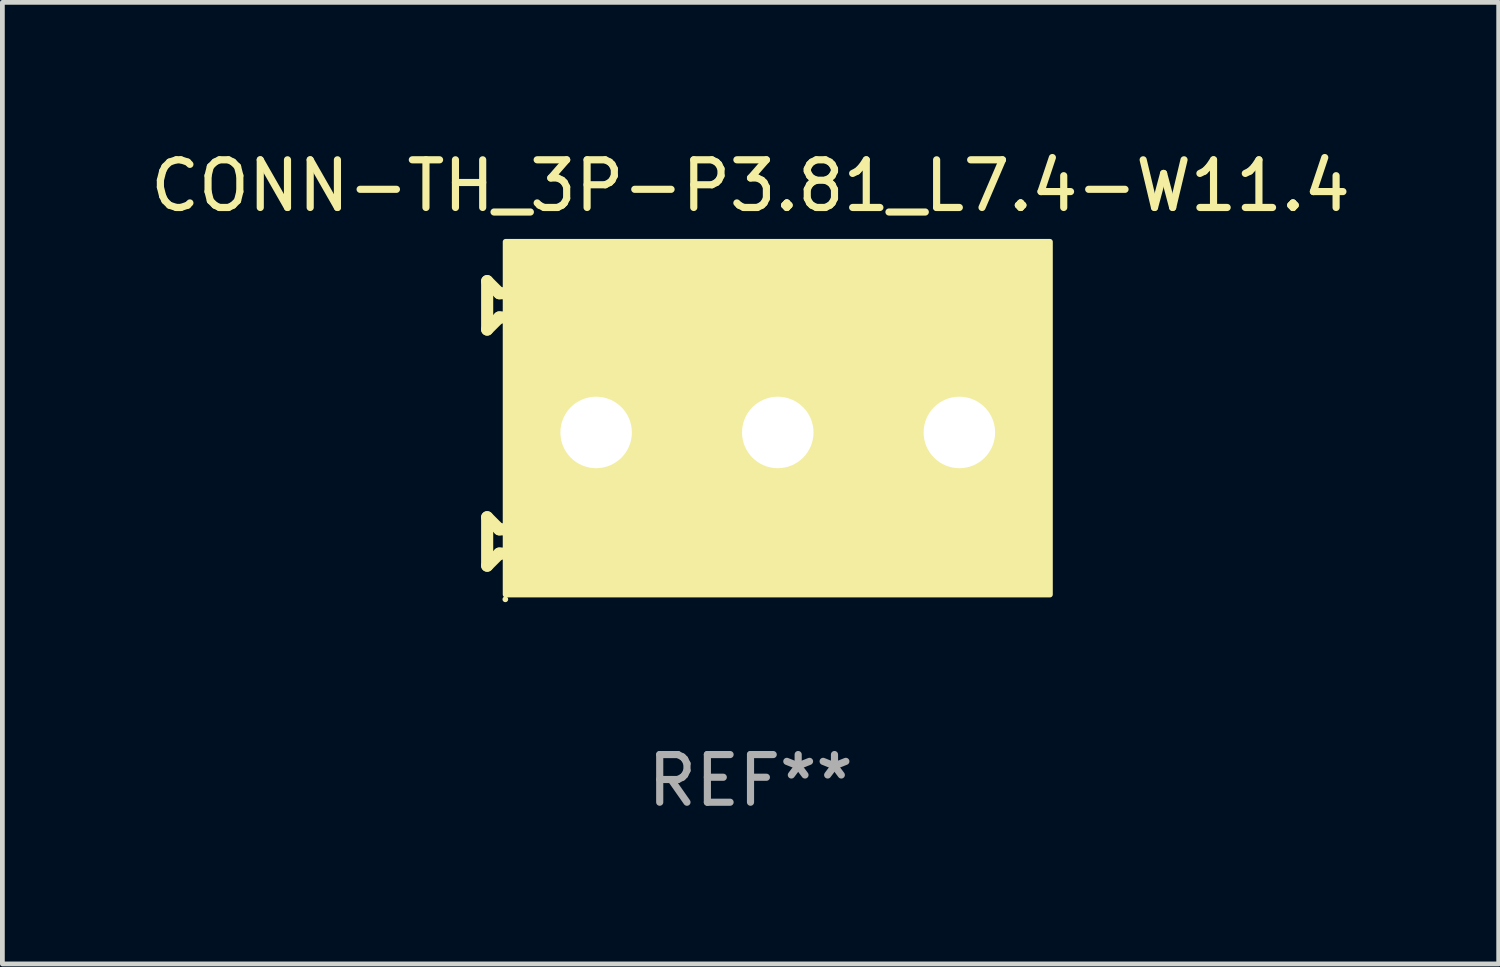
<source format=kicad_pcb>
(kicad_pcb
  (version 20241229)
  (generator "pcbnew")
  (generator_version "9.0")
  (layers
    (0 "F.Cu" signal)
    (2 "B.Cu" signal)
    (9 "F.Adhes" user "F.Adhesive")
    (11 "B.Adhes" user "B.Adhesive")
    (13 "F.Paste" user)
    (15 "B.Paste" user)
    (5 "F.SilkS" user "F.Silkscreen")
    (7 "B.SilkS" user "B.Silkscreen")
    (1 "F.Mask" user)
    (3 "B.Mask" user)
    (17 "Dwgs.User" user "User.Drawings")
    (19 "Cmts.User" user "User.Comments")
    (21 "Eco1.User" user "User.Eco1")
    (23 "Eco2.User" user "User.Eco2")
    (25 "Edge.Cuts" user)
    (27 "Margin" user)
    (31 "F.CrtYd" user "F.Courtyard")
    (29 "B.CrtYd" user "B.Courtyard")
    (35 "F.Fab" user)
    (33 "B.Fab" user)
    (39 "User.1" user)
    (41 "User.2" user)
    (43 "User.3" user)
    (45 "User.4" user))
  (footprint "CONN-TH_3P-P3.81_L7.4-W11.4"
    (layer "F.Cu")
    (at 12.696 6.087)
    (property "Reference" "CONN-TH_3P-P3.81_L7.4-W11.4" (at 0 -5.239 0) (layer "F.SilkS") (effects (font (size 1 1) (thickness 0.15))))
    (attr through_hole)
    (fp_line (start -5.525 -3.239) (end -5.525 -2.223) (stroke (width 0.254) (type solid)) (layer "F.SilkS"))
    (fp_line (start -5.525 -2.223) (end -5.271 -2.477) (stroke (width 0.254) (type solid)) (layer "F.SilkS"))
    (fp_line (start -5.525 1.715) (end -5.525 2.731) (stroke (width 0.254) (type solid)) (layer "F.SilkS"))
    (fp_line (start -5.525 2.731) (end -5.271 2.477) (stroke (width 0.254) (type solid)) (layer "F.SilkS"))
    (fp_line (start -5.271 -2.985) (end -5.525 -3.239) (stroke (width 0.254) (type solid)) (layer "F.SilkS"))
    (fp_line (start -5.271 -2.477) (end -5.144 -2.477) (stroke (width 0.254) (type solid)) (layer "F.SilkS"))
    (fp_line (start -5.271 1.969) (end -5.525 1.715) (stroke (width 0.254) (type solid)) (layer "F.SilkS"))
    (fp_line (start -5.271 2.477) (end -5.144 2.477) (stroke (width 0.254) (type solid)) (layer "F.SilkS"))
    (fp_line (start -5.144 -2.985) (end -5.271 -2.985) (stroke (width 0.254) (type solid)) (layer "F.SilkS"))
    (fp_line (start -5.144 1.969) (end -5.271 1.969) (stroke (width 0.254) (type solid)) (layer "F.SilkS"))
    (fp_line (start -4.509 1.715) (end -4.255 1.461) (stroke (width 0.254) (type solid)) (layer "F.SilkS"))
    (fp_line (start -4.509 3.239) (end -4.509 1.715) (stroke (width 0.254) (type solid)) (layer "F.SilkS"))
    (fp_line (start -4.255 1.461) (end -2.35 1.461) (stroke (width 0.254) (type solid)) (layer "F.SilkS"))
    (fp_line (start -2.35 1.461) (end -2.096 1.715) (stroke (width 0.254) (type solid)) (layer "F.SilkS"))
    (fp_line (start -2.096 1.715) (end -2.096 3.239) (stroke (width 0.254) (type solid)) (layer "F.SilkS"))
    (fp_line (start -0.699 1.715) (end -0.445 1.461) (stroke (width 0.254) (type solid)) (layer "F.SilkS"))
    (fp_line (start -0.699 3.239) (end -0.699 1.715) (stroke (width 0.254) (type solid)) (layer "F.SilkS"))
    (fp_line (start -0.445 1.461) (end 1.461 1.461) (stroke (width 0.254) (type solid)) (layer "F.SilkS"))
    (fp_line (start 1.461 1.461) (end 1.715 1.715) (stroke (width 0.254) (type solid)) (layer "F.SilkS"))
    (fp_line (start 1.715 1.715) (end 1.715 3.239) (stroke (width 0.254) (type solid)) (layer "F.SilkS"))
    (fp_line (start 3.112 1.715) (end 3.366 1.461) (stroke (width 0.254) (type solid)) (layer "F.SilkS"))
    (fp_line (start 3.112 3.239) (end 3.112 1.715) (stroke (width 0.254) (type solid)) (layer "F.SilkS"))
    (fp_line (start 3.366 1.461) (end 5.271 1.461) (stroke (width 0.254) (type solid)) (layer "F.SilkS"))
    (fp_line (start 5.271 1.461) (end 5.525 1.715) (stroke (width 0.254) (type solid)) (layer "F.SilkS"))
    (fp_line (start 5.525 1.715) (end 5.525 3.239) (stroke (width 0.254) (type solid)) (layer "F.SilkS"))
    (fp_circle (center -5.144 3.437) (end -5.114 3.437) (stroke (width 0.06) (type solid)) (fill no) (layer "F.SilkS"))
    (fp_poly (pts (xy -5.138 -4.064) (xy 6.282 -4.064) (xy 6.282 3.337) (xy -5.138 3.337)) (stroke (width 0.12) (type solid)) (fill yes) (layer "F.SilkS"))
    (fp_text user "REF**" (at 0 7.239 0) (layer "F.Fab") (effects (font (size 1 1) (thickness 0.15))))
    (pad "1" thru_hole circle (at -3.239 -0.064) (size 2.5 2.5) (drill 1.5) (layers "*.Cu" "*.Mask"))
    (pad "2" thru_hole circle (at 0.572 -0.064) (size 2.5 2.5) (drill 1.5) (layers "*.Cu" "*.Mask"))
    (pad "3" thru_hole circle (at 4.382 -0.064) (size 2.5 2.5) (drill 1.5) (layers "*.Cu" "*.Mask")))
  (gr_rect
    (start -3 -3)
    (end 28.393 17.174)
    (stroke (width 0.1) (type default))
    (fill no)
    (layer "Edge.Cuts")))
</source>
